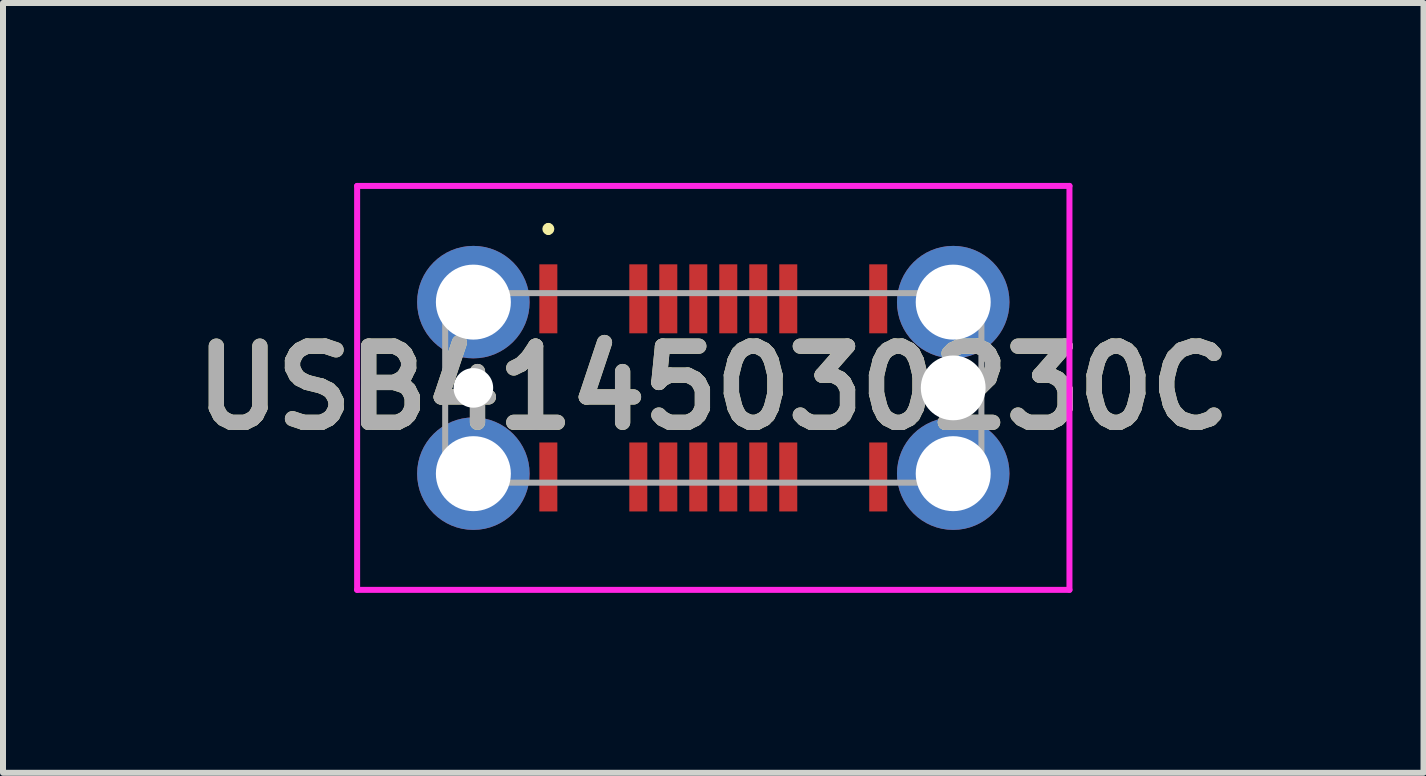
<source format=kicad_pcb>
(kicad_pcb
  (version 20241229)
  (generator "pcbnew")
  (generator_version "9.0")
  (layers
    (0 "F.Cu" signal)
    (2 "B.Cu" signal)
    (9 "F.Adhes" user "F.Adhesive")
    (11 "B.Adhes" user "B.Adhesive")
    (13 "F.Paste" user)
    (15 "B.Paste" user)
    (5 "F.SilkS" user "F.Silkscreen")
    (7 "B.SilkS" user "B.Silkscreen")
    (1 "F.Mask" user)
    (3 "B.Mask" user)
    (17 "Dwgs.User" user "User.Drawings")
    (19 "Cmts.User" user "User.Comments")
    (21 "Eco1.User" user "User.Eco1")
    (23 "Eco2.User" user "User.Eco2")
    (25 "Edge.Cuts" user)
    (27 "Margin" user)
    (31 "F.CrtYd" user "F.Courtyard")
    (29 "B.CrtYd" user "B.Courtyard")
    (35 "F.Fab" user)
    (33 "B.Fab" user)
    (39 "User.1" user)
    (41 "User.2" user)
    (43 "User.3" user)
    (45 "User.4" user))
  (footprint "USB4145030230C"
    (layer "F.Cu")
    (at 8.842 3.417)
    (property "Reference" "USB4145030230C" (at 0 0 0) (layer "F.SilkS") (effects (font (size 1.27 1.27) (thickness 0.254))))
    (attr through_hole)
    (fp_line (start -2.75 -2.7) (end -2.75 -2.7) (stroke (width 0.1) (type solid)) (layer "F.SilkS"))
    (fp_line (start -2.75 -2.6) (end -2.75 -2.6) (stroke (width 0.1) (type solid)) (layer "F.SilkS"))
    (fp_arc (start -2.75 -2.7) (mid -2.7 -2.65) (end -2.75 -2.6) (stroke (width 0.1) (type solid)) (layer "F.SilkS"))
    (fp_arc (start -2.75 -2.6) (mid -2.8 -2.65) (end -2.75 -2.7) (stroke (width 0.1) (type solid)) (layer "F.SilkS"))
    (fp_line (start -5.938 -3.367) (end 5.938 -3.367) (stroke (width 0.1) (type solid)) (layer "F.CrtYd"))
    (fp_line (start -5.938 3.367) (end -5.938 -3.367) (stroke (width 0.1) (type solid)) (layer "F.CrtYd"))
    (fp_line (start 5.938 -3.367) (end 5.938 3.367) (stroke (width 0.1) (type solid)) (layer "F.CrtYd"))
    (fp_line (start 5.938 3.367) (end -5.938 3.367) (stroke (width 0.1) (type solid)) (layer "F.CrtYd"))
    (fp_line (start -4.47 -1.58) (end 4.47 -1.58) (stroke (width 0.1) (type solid)) (layer "F.Fab"))
    (fp_line (start -4.47 1.58) (end -4.47 -1.58) (stroke (width 0.1) (type solid)) (layer "F.Fab"))
    (fp_line (start 4.47 -1.58) (end 4.47 1.58) (stroke (width 0.1) (type solid)) (layer "F.Fab"))
    (fp_line (start 4.47 1.58) (end -4.47 1.58) (stroke (width 0.1) (type solid)) (layer "F.Fab"))
    (fp_text user "${REFERENCE}" (at 0 0 0) (layer "F.Fab") (effects (font (size 1.27 1.27) (thickness 0.254))))
    (pad "" np_thru_hole circle (at -4 0) (size 0.66 0.66) (drill 0.66) (layers "*.Cu" "*.Mask"))
    (pad "" np_thru_hole circle (at 4 0) (size 1.08 1.08) (drill 1.08) (layers "*.Cu" "*.Mask"))
    (pad "A1" smd rect (at -2.75 -1.485) (size 0.3 1.15) (layers "F.Cu" "F.Mask" "F.Paste"))
    (pad "A4" smd rect (at -1.25 -1.485) (size 0.3 1.15) (layers "F.Cu" "F.Mask" "F.Paste"))
    (pad "A5" smd rect (at -0.75 -1.485) (size 0.3 1.15) (layers "F.Cu" "F.Mask" "F.Paste"))
    (pad "A6" smd rect (at -0.25 -1.485) (size 0.3 1.15) (layers "F.Cu" "F.Mask" "F.Paste"))
    (pad "A7" smd rect (at 0.25 -1.485) (size 0.3 1.15) (layers "F.Cu" "F.Mask" "F.Paste"))
    (pad "A8" smd rect (at 0.75 -1.485) (size 0.3 1.15) (layers "F.Cu" "F.Mask" "F.Paste"))
    (pad "A9" smd rect (at 1.25 -1.485) (size 0.3 1.15) (layers "F.Cu" "F.Mask" "F.Paste"))
    (pad "A12" smd rect (at 2.75 -1.485) (size 0.3 1.15) (layers "F.Cu" "F.Mask" "F.Paste"))
    (pad "B1" smd rect (at 2.75 1.485) (size 0.3 1.15) (layers "F.Cu" "F.Mask" "F.Paste"))
    (pad "B4" smd rect (at 1.25 1.485) (size 0.3 1.15) (layers "F.Cu" "F.Mask" "F.Paste"))
    (pad "B5" smd rect (at 0.75 1.485) (size 0.3 1.15) (layers "F.Cu" "F.Mask" "F.Paste"))
    (pad "B6" smd rect (at 0.25 1.485) (size 0.3 1.15) (layers "F.Cu" "F.Mask" "F.Paste"))
    (pad "B7" smd rect (at -0.25 1.485) (size 0.3 1.15) (layers "F.Cu" "F.Mask" "F.Paste"))
    (pad "B8" smd rect (at -0.75 1.485) (size 0.3 1.15) (layers "F.Cu" "F.Mask" "F.Paste"))
    (pad "B9" smd rect (at -1.25 1.485) (size 0.3 1.15) (layers "F.Cu" "F.Mask" "F.Paste"))
    (pad "B12" smd rect (at -2.75 1.485) (size 0.3 1.15) (layers "F.Cu" "F.Mask" "F.Paste"))
    (pad "MH1" thru_hole circle (at -4 -1.43) (size 1.875 1.875) (drill 1.25) (layers "*.Cu" "*.Mask"))
    (pad "MH2" thru_hole circle (at 4 -1.43) (size 1.875 1.875) (drill 1.25) (layers "*.Cu" "*.Mask"))
    (pad "MH3" thru_hole circle (at -4 1.43) (size 1.875 1.875) (drill 1.25) (layers "*.Cu" "*.Mask"))
    (pad "MH4" thru_hole circle (at 4 1.43) (size 1.875 1.875) (drill 1.25) (layers "*.Cu" "*.Mask")))
  (gr_rect
    (start -3 -3)
    (end 20.683 9.834)
    (stroke (width 0.1) (type default))
    (fill no)
    (layer "Edge.Cuts")))
</source>
